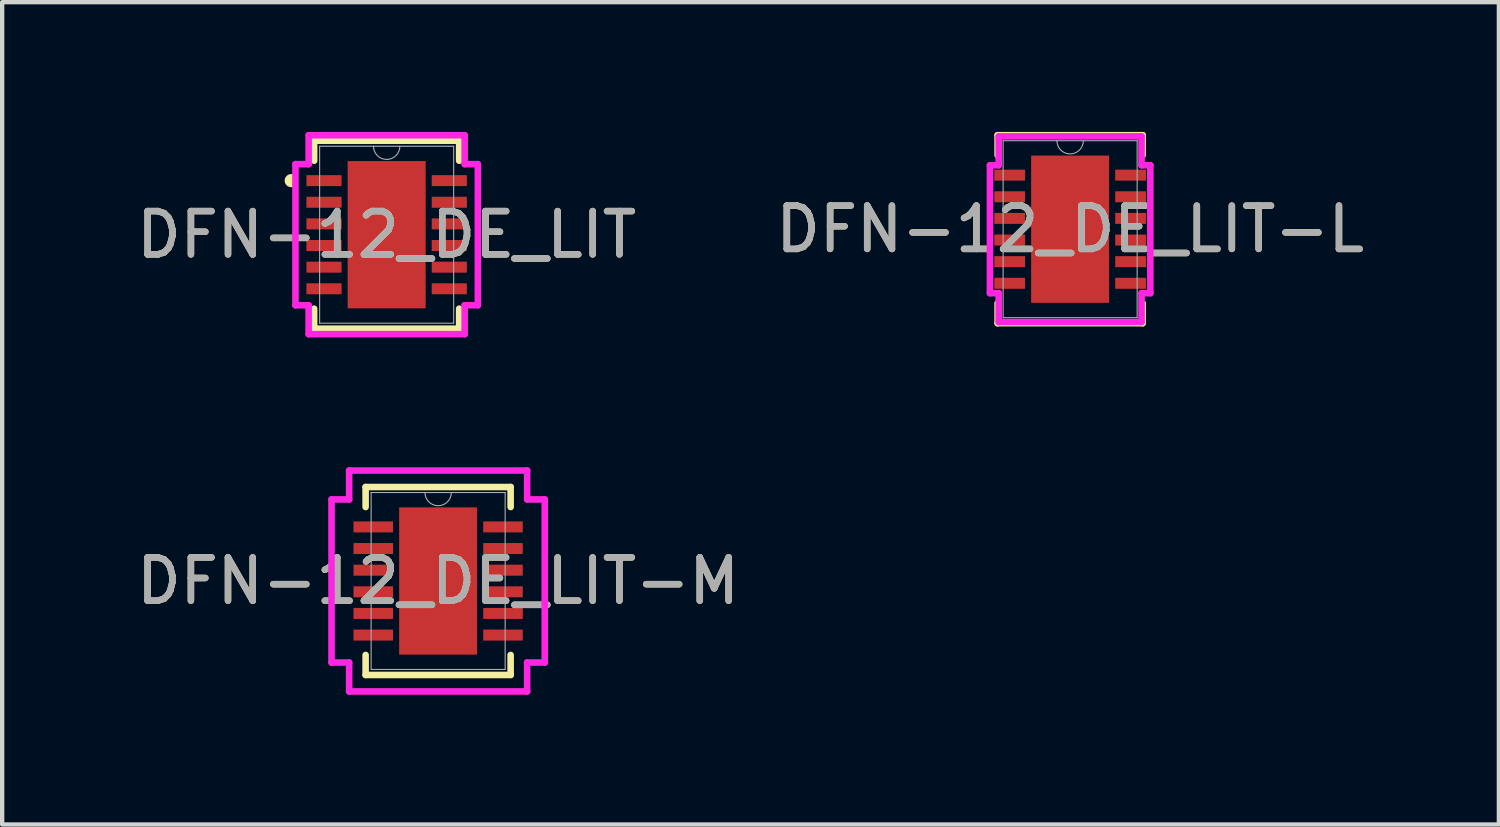
<source format=kicad_pcb>
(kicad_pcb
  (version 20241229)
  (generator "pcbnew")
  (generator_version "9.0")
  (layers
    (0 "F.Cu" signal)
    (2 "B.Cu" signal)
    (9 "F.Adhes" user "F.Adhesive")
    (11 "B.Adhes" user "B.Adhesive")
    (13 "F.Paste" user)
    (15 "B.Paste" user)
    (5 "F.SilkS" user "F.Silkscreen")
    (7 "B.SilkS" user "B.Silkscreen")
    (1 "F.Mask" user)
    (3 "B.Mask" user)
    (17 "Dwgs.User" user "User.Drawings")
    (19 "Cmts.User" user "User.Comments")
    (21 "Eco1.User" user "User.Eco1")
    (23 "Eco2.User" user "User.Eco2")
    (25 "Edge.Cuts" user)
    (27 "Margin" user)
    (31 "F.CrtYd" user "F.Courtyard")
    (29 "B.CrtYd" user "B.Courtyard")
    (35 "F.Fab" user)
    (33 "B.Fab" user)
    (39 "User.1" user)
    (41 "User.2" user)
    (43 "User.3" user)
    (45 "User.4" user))
  (footprint "DFN-12_DE_LIT-M"
    (layer "F.Cu")
    (at 7.077 10.379)
    (property "Reference" "DFN-12_DE_LIT-M" (at 0 0 0) (unlocked yes) (layer "F.SilkS") (effects (font (size 1 1) (thickness 0.15))))
    (attr smd)
    (fp_line (start -1.676 -2.172) (end -1.676 -1.71) (stroke (width 0.152) (type solid)) (layer "F.SilkS"))
    (fp_line (start -1.676 1.71) (end -1.676 2.172) (stroke (width 0.152) (type solid)) (layer "F.SilkS"))
    (fp_line (start -1.676 2.172) (end 1.676 2.172) (stroke (width 0.152) (type solid)) (layer "F.SilkS"))
    (fp_line (start 1.676 -2.172) (end -1.676 -2.172) (stroke (width 0.152) (type solid)) (layer "F.SilkS"))
    (fp_line (start 1.676 -1.71) (end 1.676 -2.172) (stroke (width 0.152) (type solid)) (layer "F.SilkS"))
    (fp_line (start 1.676 2.172) (end 1.676 1.71) (stroke (width 0.152) (type solid)) (layer "F.SilkS"))
    (fp_poly (pts (xy -0.802 -1.602) (xy -0.802 -0.1) (xy 0.802 -0.1) (xy 0.802 -1.602)) (stroke (width 0) (type solid)) (fill yes) (layer "F.Paste"))
    (fp_poly (pts (xy -0.802 0.1) (xy -0.802 1.602) (xy 0.802 1.602) (xy 0.802 0.1)) (stroke (width 0) (type solid)) (fill yes) (layer "F.Paste"))
    (fp_line (start -2.464 -1.885) (end -2.057 -1.885) (stroke (width 0.152) (type solid)) (layer "F.CrtYd"))
    (fp_line (start -2.464 1.885) (end -2.464 -1.885) (stroke (width 0.152) (type solid)) (layer "F.CrtYd"))
    (fp_line (start -2.464 1.885) (end -2.057 1.885) (stroke (width 0.152) (type solid)) (layer "F.CrtYd"))
    (fp_line (start -2.057 -2.553) (end 2.057 -2.553) (stroke (width 0.152) (type solid)) (layer "F.CrtYd"))
    (fp_line (start -2.057 -1.885) (end -2.057 -2.553) (stroke (width 0.152) (type solid)) (layer "F.CrtYd"))
    (fp_line (start -2.057 2.553) (end -2.057 1.885) (stroke (width 0.152) (type solid)) (layer "F.CrtYd"))
    (fp_line (start 2.057 -2.553) (end 2.057 -1.885) (stroke (width 0.152) (type solid)) (layer "F.CrtYd"))
    (fp_line (start 2.057 1.885) (end 2.057 2.553) (stroke (width 0.152) (type solid)) (layer "F.CrtYd"))
    (fp_line (start 2.057 2.553) (end -2.057 2.553) (stroke (width 0.152) (type solid)) (layer "F.CrtYd"))
    (fp_line (start 2.464 -1.885) (end 2.057 -1.885) (stroke (width 0.152) (type solid)) (layer "F.CrtYd"))
    (fp_line (start 2.464 -1.885) (end 2.464 1.885) (stroke (width 0.152) (type solid)) (layer "F.CrtYd"))
    (fp_line (start 2.464 1.885) (end 2.057 1.885) (stroke (width 0.152) (type solid)) (layer "F.CrtYd"))
    (fp_line (start -1.549 -2.045) (end -1.549 2.045) (stroke (width 0.025) (type solid)) (layer "F.Fab"))
    (fp_line (start -1.549 2.045) (end 1.549 2.045) (stroke (width 0.025) (type solid)) (layer "F.Fab"))
    (fp_line (start 1.549 -2.045) (end -1.549 -2.045) (stroke (width 0.025) (type solid)) (layer "F.Fab"))
    (fp_line (start 1.549 2.045) (end 1.549 -2.045) (stroke (width 0.025) (type solid)) (layer "F.Fab"))
    (fp_arc (start 0.3048 -2.0447) (mid 0 -1.7399) (end -0.3048 -2.0447) (stroke (width 0.0254) (type solid)) (layer "F.Fab"))
    (fp_text user "${REFERENCE}" (at 0 0 0) (unlocked yes) (layer "F.Fab") (effects (font (size 1 1) (thickness 0.15))))
    (pad "1" smd rect (at -1.499 -1.25) (size 0.914 0.254) (layers "F.Cu" "F.Mask" "F.Paste"))
    (pad "2" smd rect (at -1.499 -0.75) (size 0.914 0.254) (layers "F.Cu" "F.Mask" "F.Paste"))
    (pad "3" smd rect (at -1.499 -0.25) (size 0.914 0.254) (layers "F.Cu" "F.Mask" "F.Paste"))
    (pad "4" smd rect (at -1.499 0.25) (size 0.914 0.254) (layers "F.Cu" "F.Mask" "F.Paste"))
    (pad "5" smd rect (at -1.499 0.75) (size 0.914 0.254) (layers "F.Cu" "F.Mask" "F.Paste"))
    (pad "6" smd rect (at -1.499 1.25) (size 0.914 0.254) (layers "F.Cu" "F.Mask" "F.Paste"))
    (pad "7" smd rect (at 1.499 1.25) (size 0.914 0.254) (layers "F.Cu" "F.Mask" "F.Paste"))
    (pad "8" smd rect (at 1.499 0.75) (size 0.914 0.254) (layers "F.Cu" "F.Mask" "F.Paste"))
    (pad "9" smd rect (at 1.499 0.25) (size 0.914 0.254) (layers "F.Cu" "F.Mask" "F.Paste"))
    (pad "10" smd rect (at 1.499 -0.25) (size 0.914 0.254) (layers "F.Cu" "F.Mask" "F.Paste"))
    (pad "11" smd rect (at 1.499 -0.75) (size 0.914 0.254) (layers "F.Cu" "F.Mask" "F.Paste"))
    (pad "12" smd rect (at 1.499 -1.25) (size 0.914 0.254) (layers "F.Cu" "F.Mask" "F.Paste"))
    (pad "13" smd rect (at 0 0) (size 1.803 3.404) (layers "F.Cu" "F.Mask" "F.Paste")))
  (footprint "DFN-12_DE_LIT"
    (layer "F.Cu")
    (at 5.887 2.375)
    (property "Reference" "DFN-12_DE_LIT" (at 0 0 0) (unlocked yes) (layer "F.SilkS") (effects (font (size 1 1) (thickness 0.15))))
    (attr smd)
    (fp_line (start -1.676 -2.172) (end -1.676 -1.71) (stroke (width 0.152) (type solid)) (layer "F.SilkS"))
    (fp_line (start -1.676 1.71) (end -1.676 2.172) (stroke (width 0.152) (type solid)) (layer "F.SilkS"))
    (fp_line (start -1.676 2.172) (end 1.676 2.172) (stroke (width 0.152) (type solid)) (layer "F.SilkS"))
    (fp_line (start 1.676 -2.172) (end -1.676 -2.172) (stroke (width 0.152) (type solid)) (layer "F.SilkS"))
    (fp_line (start 1.676 -1.71) (end 1.676 -2.172) (stroke (width 0.152) (type solid)) (layer "F.SilkS"))
    (fp_line (start 1.676 2.172) (end 1.676 1.71) (stroke (width 0.152) (type solid)) (layer "F.SilkS"))
    (fp_arc (start -2.18694 -1.176171) (mid -2.282 -1.25) (end -2.18694 -1.323829) (stroke (width 0.1524) (type solid)) (layer "F.SilkS"))
    (fp_poly (pts (xy -0.802 -1.602) (xy -0.802 -0.1) (xy 0.802 -0.1) (xy 0.802 -1.602)) (stroke (width 0) (type solid)) (fill yes) (layer "F.Paste"))
    (fp_poly (pts (xy -0.802 0.1) (xy -0.802 1.602) (xy 0.802 1.602) (xy 0.802 0.1)) (stroke (width 0) (type solid)) (fill yes) (layer "F.Paste"))
    (fp_line (start -2.108 -1.631) (end -1.803 -1.631) (stroke (width 0.152) (type solid)) (layer "F.CrtYd"))
    (fp_line (start -2.108 1.631) (end -2.108 -1.631) (stroke (width 0.152) (type solid)) (layer "F.CrtYd"))
    (fp_line (start -2.108 1.631) (end -1.803 1.631) (stroke (width 0.152) (type solid)) (layer "F.CrtYd"))
    (fp_line (start -1.803 -2.299) (end 1.803 -2.299) (stroke (width 0.152) (type solid)) (layer "F.CrtYd"))
    (fp_line (start -1.803 -1.631) (end -1.803 -2.299) (stroke (width 0.152) (type solid)) (layer "F.CrtYd"))
    (fp_line (start -1.803 2.299) (end -1.803 1.631) (stroke (width 0.152) (type solid)) (layer "F.CrtYd"))
    (fp_line (start 1.803 -2.299) (end 1.803 -1.631) (stroke (width 0.152) (type solid)) (layer "F.CrtYd"))
    (fp_line (start 1.803 1.631) (end 1.803 2.299) (stroke (width 0.152) (type solid)) (layer "F.CrtYd"))
    (fp_line (start 1.803 2.299) (end -1.803 2.299) (stroke (width 0.152) (type solid)) (layer "F.CrtYd"))
    (fp_line (start 2.108 -1.631) (end 1.803 -1.631) (stroke (width 0.152) (type solid)) (layer "F.CrtYd"))
    (fp_line (start 2.108 -1.631) (end 2.108 1.631) (stroke (width 0.152) (type solid)) (layer "F.CrtYd"))
    (fp_line (start 2.108 1.631) (end 1.803 1.631) (stroke (width 0.152) (type solid)) (layer "F.CrtYd"))
    (fp_line (start -1.549 -2.045) (end -1.549 2.045) (stroke (width 0.025) (type solid)) (layer "F.Fab"))
    (fp_line (start -1.549 2.045) (end 1.549 2.045) (stroke (width 0.025) (type solid)) (layer "F.Fab"))
    (fp_line (start 1.549 -2.045) (end -1.549 -2.045) (stroke (width 0.025) (type solid)) (layer "F.Fab"))
    (fp_line (start 1.549 2.045) (end 1.549 -2.045) (stroke (width 0.025) (type solid)) (layer "F.Fab"))
    (fp_arc (start 0.3048 -2.0447) (mid 0 -1.7399) (end -0.3048 -2.0447) (stroke (width 0.0254) (type solid)) (layer "F.Fab"))
    (fp_text user "${REFERENCE}" (at 0 0 0) (unlocked yes) (layer "F.Fab") (effects (font (size 1 1) (thickness 0.15))))
    (pad "1" smd rect (at -1.448 -1.25) (size 0.813 0.254) (layers "F.Cu" "F.Mask" "F.Paste"))
    (pad "2" smd rect (at -1.448 -0.75) (size 0.813 0.254) (layers "F.Cu" "F.Mask" "F.Paste"))
    (pad "3" smd rect (at -1.448 -0.25) (size 0.813 0.254) (layers "F.Cu" "F.Mask" "F.Paste"))
    (pad "4" smd rect (at -1.448 0.25) (size 0.813 0.254) (layers "F.Cu" "F.Mask" "F.Paste"))
    (pad "5" smd rect (at -1.448 0.75) (size 0.813 0.254) (layers "F.Cu" "F.Mask" "F.Paste"))
    (pad "6" smd rect (at -1.448 1.25) (size 0.813 0.254) (layers "F.Cu" "F.Mask" "F.Paste"))
    (pad "7" smd rect (at 1.448 1.25) (size 0.813 0.254) (layers "F.Cu" "F.Mask" "F.Paste"))
    (pad "8" smd rect (at 1.448 0.75) (size 0.813 0.254) (layers "F.Cu" "F.Mask" "F.Paste"))
    (pad "9" smd rect (at 1.448 0.25) (size 0.813 0.254) (layers "F.Cu" "F.Mask" "F.Paste"))
    (pad "10" smd rect (at 1.448 -0.25) (size 0.813 0.254) (layers "F.Cu" "F.Mask" "F.Paste"))
    (pad "11" smd rect (at 1.448 -0.75) (size 0.813 0.254) (layers "F.Cu" "F.Mask" "F.Paste"))
    (pad "12" smd rect (at 1.448 -1.25) (size 0.813 0.254) (layers "F.Cu" "F.Mask" "F.Paste"))
    (pad "13" smd rect (at 0 0) (size 1.803 3.404) (layers "F.Cu" "F.Mask" "F.Paste")))
  (footprint "DFN-12_DE_LIT-L"
    (layer "F.Cu")
    (at 21.685 2.248)
    (property "Reference" "DFN-12_DE_LIT-L" (at 0 0 0) (unlocked yes) (layer "F.SilkS") (effects (font (size 1 1) (thickness 0.15))))
    (attr smd)
    (fp_line (start -1.676 -2.172) (end -1.676 -1.71) (stroke (width 0.152) (type solid)) (layer "F.SilkS"))
    (fp_line (start -1.676 1.71) (end -1.676 2.172) (stroke (width 0.152) (type solid)) (layer "F.SilkS"))
    (fp_line (start -1.676 2.172) (end 1.676 2.172) (stroke (width 0.152) (type solid)) (layer "F.SilkS"))
    (fp_line (start 1.676 -2.172) (end -1.676 -2.172) (stroke (width 0.152) (type solid)) (layer "F.SilkS"))
    (fp_line (start 1.676 -1.71) (end 1.676 -2.172) (stroke (width 0.152) (type solid)) (layer "F.SilkS"))
    (fp_line (start 1.676 2.172) (end 1.676 1.71) (stroke (width 0.152) (type solid)) (layer "F.SilkS"))
    (fp_poly (pts (xy -0.802 -1.602) (xy -0.802 -0.1) (xy 0.802 -0.1) (xy 0.802 -1.602)) (stroke (width 0) (type solid)) (fill yes) (layer "F.Paste"))
    (fp_poly (pts (xy -0.802 0.1) (xy -0.802 1.602) (xy 0.802 1.602) (xy 0.802 0.1)) (stroke (width 0) (type solid)) (fill yes) (layer "F.Paste"))
    (fp_line (start -1.854 -1.479) (end -1.651 -1.479) (stroke (width 0.152) (type solid)) (layer "F.CrtYd"))
    (fp_line (start -1.854 1.479) (end -1.854 -1.479) (stroke (width 0.152) (type solid)) (layer "F.CrtYd"))
    (fp_line (start -1.854 1.479) (end -1.651 1.479) (stroke (width 0.152) (type solid)) (layer "F.CrtYd"))
    (fp_line (start -1.651 -2.146) (end 1.651 -2.146) (stroke (width 0.152) (type solid)) (layer "F.CrtYd"))
    (fp_line (start -1.651 -1.479) (end -1.651 -2.146) (stroke (width 0.152) (type solid)) (layer "F.CrtYd"))
    (fp_line (start -1.651 2.146) (end -1.651 1.479) (stroke (width 0.152) (type solid)) (layer "F.CrtYd"))
    (fp_line (start 1.651 -2.146) (end 1.651 -1.479) (stroke (width 0.152) (type solid)) (layer "F.CrtYd"))
    (fp_line (start 1.651 1.479) (end 1.651 2.146) (stroke (width 0.152) (type solid)) (layer "F.CrtYd"))
    (fp_line (start 1.651 2.146) (end -1.651 2.146) (stroke (width 0.152) (type solid)) (layer "F.CrtYd"))
    (fp_line (start 1.854 -1.479) (end 1.651 -1.479) (stroke (width 0.152) (type solid)) (layer "F.CrtYd"))
    (fp_line (start 1.854 -1.479) (end 1.854 1.479) (stroke (width 0.152) (type solid)) (layer "F.CrtYd"))
    (fp_line (start 1.854 1.479) (end 1.651 1.479) (stroke (width 0.152) (type solid)) (layer "F.CrtYd"))
    (fp_line (start -1.549 -2.045) (end -1.549 2.045) (stroke (width 0.025) (type solid)) (layer "F.Fab"))
    (fp_line (start -1.549 2.045) (end 1.549 2.045) (stroke (width 0.025) (type solid)) (layer "F.Fab"))
    (fp_line (start 1.549 -2.045) (end -1.549 -2.045) (stroke (width 0.025) (type solid)) (layer "F.Fab"))
    (fp_line (start 1.549 2.045) (end 1.549 -2.045) (stroke (width 0.025) (type solid)) (layer "F.Fab"))
    (fp_arc (start 0.3048 -2.0447) (mid 0 -1.7399) (end -0.3048 -2.0447) (stroke (width 0.0254) (type solid)) (layer "F.Fab"))
    (fp_text user "${REFERENCE}" (at 0 0 0) (unlocked yes) (layer "F.Fab") (effects (font (size 1 1) (thickness 0.15))))
    (pad "1" smd rect (at -1.397 -1.25) (size 0.711 0.254) (layers "F.Cu" "F.Mask" "F.Paste"))
    (pad "2" smd rect (at -1.397 -0.75) (size 0.711 0.254) (layers "F.Cu" "F.Mask" "F.Paste"))
    (pad "3" smd rect (at -1.397 -0.25) (size 0.711 0.254) (layers "F.Cu" "F.Mask" "F.Paste"))
    (pad "4" smd rect (at -1.397 0.25) (size 0.711 0.254) (layers "F.Cu" "F.Mask" "F.Paste"))
    (pad "5" smd rect (at -1.397 0.75) (size 0.711 0.254) (layers "F.Cu" "F.Mask" "F.Paste"))
    (pad "6" smd rect (at -1.397 1.25) (size 0.711 0.254) (layers "F.Cu" "F.Mask" "F.Paste"))
    (pad "7" smd rect (at 1.397 1.25) (size 0.711 0.254) (layers "F.Cu" "F.Mask" "F.Paste"))
    (pad "8" smd rect (at 1.397 0.75) (size 0.711 0.254) (layers "F.Cu" "F.Mask" "F.Paste"))
    (pad "9" smd rect (at 1.397 0.25) (size 0.711 0.254) (layers "F.Cu" "F.Mask" "F.Paste"))
    (pad "10" smd rect (at 1.397 -0.25) (size 0.711 0.254) (layers "F.Cu" "F.Mask" "F.Paste"))
    (pad "11" smd rect (at 1.397 -0.75) (size 0.711 0.254) (layers "F.Cu" "F.Mask" "F.Paste"))
    (pad "12" smd rect (at 1.397 -1.25) (size 0.711 0.254) (layers "F.Cu" "F.Mask" "F.Paste"))
    (pad "13" smd rect (at 0 0) (size 1.803 3.404) (layers "F.Cu" "F.Mask" "F.Paste")))
  (gr_rect
    (start -3 -3)
    (end 31.595 16.008)
    (stroke (width 0.1) (type default))
    (fill no)
    (layer "Edge.Cuts")))
</source>
